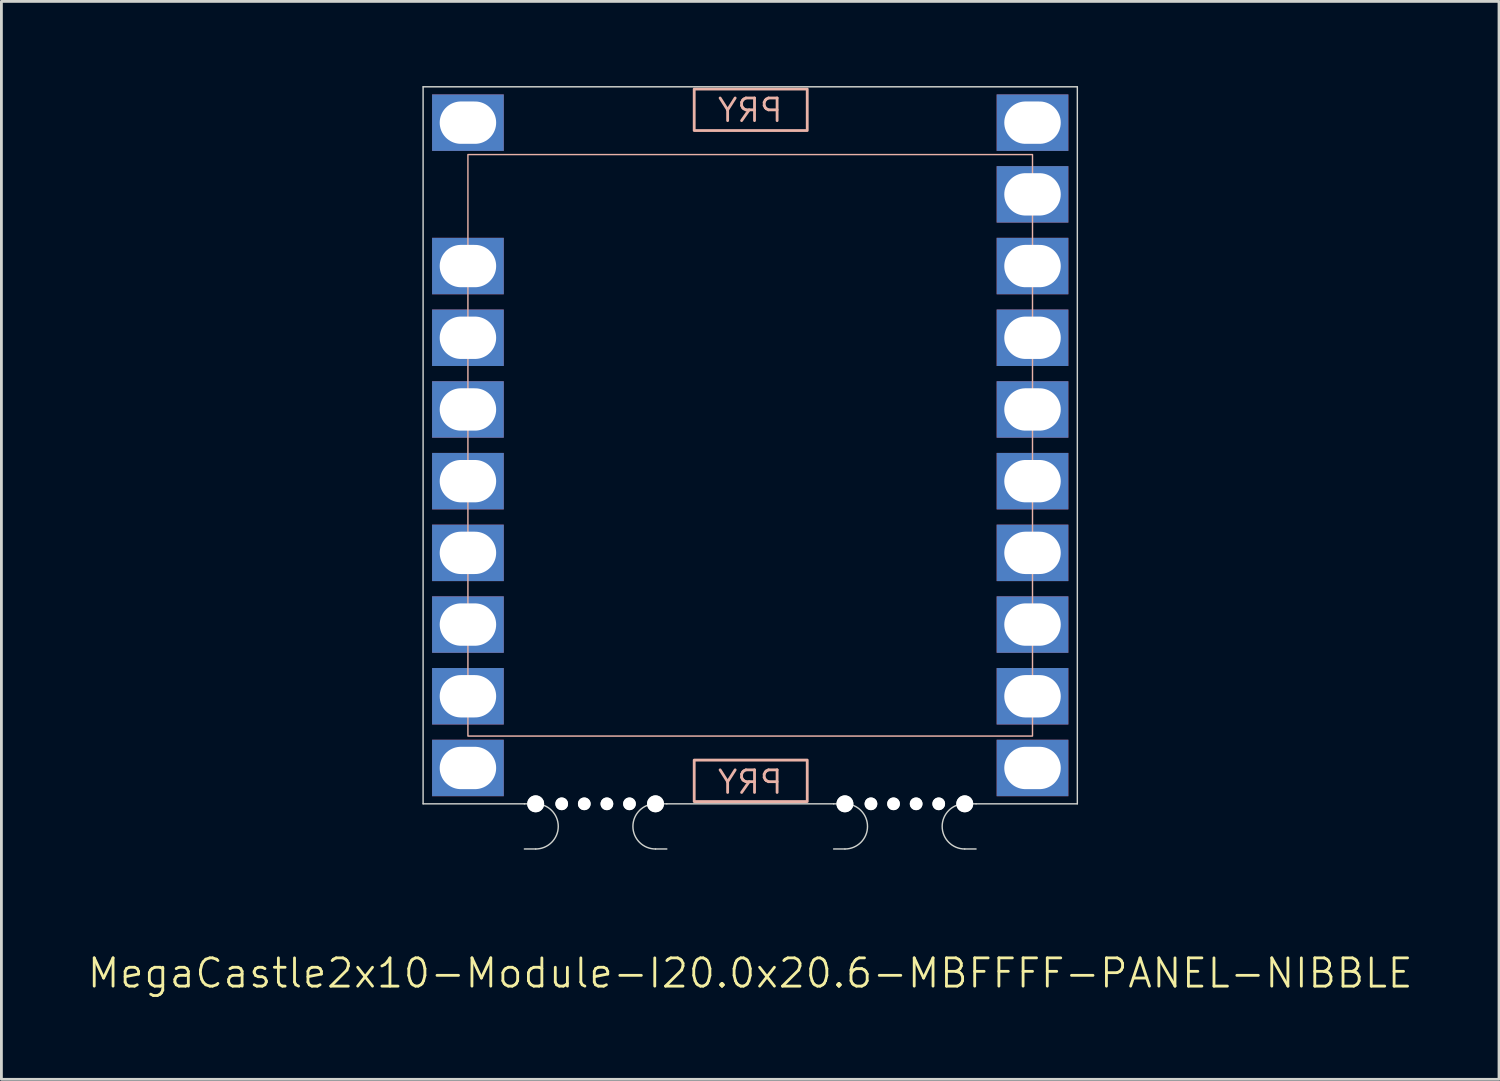
<source format=kicad_pcb>
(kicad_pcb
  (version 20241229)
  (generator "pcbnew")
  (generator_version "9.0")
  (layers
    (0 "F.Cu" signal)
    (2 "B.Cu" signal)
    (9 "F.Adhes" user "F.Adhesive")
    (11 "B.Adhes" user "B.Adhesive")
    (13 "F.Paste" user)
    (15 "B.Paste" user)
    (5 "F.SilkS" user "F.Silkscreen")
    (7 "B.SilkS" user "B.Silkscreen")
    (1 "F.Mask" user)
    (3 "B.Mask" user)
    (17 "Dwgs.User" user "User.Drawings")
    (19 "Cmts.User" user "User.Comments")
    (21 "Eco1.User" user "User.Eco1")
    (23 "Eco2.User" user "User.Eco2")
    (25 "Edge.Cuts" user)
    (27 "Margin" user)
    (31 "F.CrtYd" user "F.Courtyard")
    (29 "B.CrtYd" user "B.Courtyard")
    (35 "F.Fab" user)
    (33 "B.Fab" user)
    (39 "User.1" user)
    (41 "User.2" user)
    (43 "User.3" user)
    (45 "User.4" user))
  (footprint "MegaCastle2x10-Module-I20.0x20.6-MBFFFF-PANEL-NIBBLE"
    (layer "F.Cu")
    (at 23.526 12.725)
    (property "Reference" "MegaCastle2x10-Module-I20.0x20.6-MBFFFF-PANEL-NIBBLE" (at 0 18.7 0) (unlocked yes) (layer "F.SilkS") (effects (font (size 1 1) (thickness 0.1))))
    (attr smd)
    (fp_rect (start -10 10.3) (end 10 -10.3) (stroke (width 0.05) (type default)) (fill no) (layer "B.SilkS"))
    (fp_rect (start -1.984 -11.151) (end 2.02 -12.62) (stroke (width 0.1) (type default)) (fill no) (layer "B.SilkS"))
    (fp_rect (start -1.984 11.151) (end 2.02 12.62) (stroke (width 0.1) (type default)) (fill no) (layer "B.SilkS"))
    (fp_line (start -11.588 -12.7) (end -11.588 12.7) (stroke (width 0.05) (type default)) (layer "Edge.Cuts"))
    (fp_line (start -11.588 -12.7) (end 11.588 -12.7) (stroke (width 0.05) (type default)) (layer "Edge.Cuts"))
    (fp_line (start -11.588 12.7) (end -8 12.7) (stroke (width 0.05) (type default)) (layer "Edge.Cuts"))
    (fp_line (start -8 12.7) (end -7.6 12.7) (stroke (width 0.05) (type default)) (layer "Edge.Cuts"))
    (fp_line (start -8 14.3) (end -7.6 14.3) (stroke (width 0.05) (type default)) (layer "Edge.Cuts"))
    (fp_line (start -2.955 12.7) (end -3.355 12.7) (stroke (width 0.05) (type default)) (layer "Edge.Cuts"))
    (fp_line (start -2.955 12.7) (end 2.955 12.7) (stroke (width 0.05) (type default)) (layer "Edge.Cuts"))
    (fp_line (start -2.955 14.3) (end -3.355 14.3) (stroke (width 0.05) (type default)) (layer "Edge.Cuts"))
    (fp_line (start 2.955 12.7) (end 3.355 12.7) (stroke (width 0.05) (type default)) (layer "Edge.Cuts"))
    (fp_line (start 2.955 14.3) (end 3.355 14.3) (stroke (width 0.05) (type default)) (layer "Edge.Cuts"))
    (fp_line (start 8 12.7) (end 7.6 12.7) (stroke (width 0.05) (type default)) (layer "Edge.Cuts"))
    (fp_line (start 8 12.7) (end 11.588 12.7) (stroke (width 0.05) (type default)) (layer "Edge.Cuts"))
    (fp_line (start 8 14.3) (end 7.6 14.3) (stroke (width 0.05) (type default)) (layer "Edge.Cuts"))
    (fp_line (start 11.588 -12.7) (end 11.588 12.7) (stroke (width 0.05) (type default)) (layer "Edge.Cuts"))
    (fp_arc (start -7.6 12.7) (mid -6.8 13.5) (end -7.6 14.3) (stroke (width 0.05) (type default)) (layer "Edge.Cuts"))
    (fp_arc (start -3.355 14.3) (mid -4.155 13.5) (end -3.355 12.7) (stroke (width 0.05) (type default)) (layer "Edge.Cuts"))
    (fp_arc (start 3.355 12.7) (mid 4.155 13.5) (end 3.355 14.3) (stroke (width 0.05) (type default)) (layer "Edge.Cuts"))
    (fp_arc (start 7.6 14.3) (mid 6.8 13.5) (end 7.6 12.7) (stroke (width 0.05) (type default)) (layer "Edge.Cuts"))
    (fp_text user "PRY" (at 0 -11.4 0) (unlocked yes) (layer "B.SilkS") (effects (font (size 0.8 0.8) (thickness 0.1)) (justify bottom mirror)))
    (fp_text user "PRY" (at 0 12.4 0) (unlocked yes) (layer "B.SilkS") (effects (font (size 0.8 0.8) (thickness 0.1)) (justify bottom mirror)))
    (pad "" np_thru_hole circle (at -7.6 12.7) (size 0.6 0.6) (drill 0.6) (layers "*.Cu" "Edge.Cuts"))
    (pad "" np_thru_hole circle (at -6.678 12.7) (size 0.45 0.45) (drill 0.45) (layers "*.Cu" "Edge.Cuts"))
    (pad "" np_thru_hole circle (at -5.878 12.7) (size 0.45 0.45) (drill 0.45) (layers "*.Cu" "Edge.Cuts"))
    (pad "" np_thru_hole circle (at -5.077 12.7) (size 0.45 0.45) (drill 0.45) (layers "*.Cu" "Edge.Cuts"))
    (pad "" np_thru_hole circle (at -4.277 12.7) (size 0.45 0.45) (drill 0.45) (layers "*.Cu" "Edge.Cuts"))
    (pad "" np_thru_hole circle (at -3.355 12.7) (size 0.6 0.6) (drill 0.6) (layers "*.Cu" "Edge.Cuts"))
    (pad "" np_thru_hole circle (at 3.355 12.7) (size 0.6 0.6) (drill 0.6) (layers "*.Cu" "Edge.Cuts"))
    (pad "" np_thru_hole circle (at 4.277 12.7) (size 0.45 0.45) (drill 0.45) (layers "*.Cu" "Edge.Cuts"))
    (pad "" np_thru_hole circle (at 5.077 12.7) (size 0.45 0.45) (drill 0.45) (layers "*.Cu" "Edge.Cuts"))
    (pad "" np_thru_hole circle (at 5.878 12.7) (size 0.45 0.45) (drill 0.45) (layers "*.Cu" "Edge.Cuts"))
    (pad "" np_thru_hole circle (at 6.678 12.7) (size 0.45 0.45) (drill 0.45) (layers "*.Cu" "Edge.Cuts"))
    (pad "" np_thru_hole circle (at 7.6 12.7) (size 0.6 0.6) (drill 0.6) (layers "*.Cu" "Edge.Cuts"))
    (pad "1" thru_hole rect (at -10 -11.43) (size 2.54 2) (drill oval 2 1.5) (property pad_prop_castellated) (layers "*.Cu" "*.Mask"))
    (pad "3" thru_hole rect (at -10 -6.35) (size 2.54 2) (drill oval 2 1.5) (property pad_prop_castellated) (layers "*.Cu" "*.Mask"))
    (pad "4" thru_hole rect (at -10 -3.81) (size 2.54 2) (drill oval 2 1.5) (property pad_prop_castellated) (layers "*.Cu" "*.Mask"))
    (pad "5" thru_hole rect (at -10 -1.27) (size 2.54 2) (drill oval 2 1.5) (property pad_prop_castellated) (layers "*.Cu" "*.Mask"))
    (pad "6" thru_hole rect (at -10 1.27) (size 2.54 2) (drill oval 2 1.5) (property pad_prop_castellated) (layers "*.Cu" "*.Mask"))
    (pad "7" thru_hole rect (at -10 3.81) (size 2.54 2) (drill oval 2 1.5) (property pad_prop_castellated) (layers "*.Cu" "*.Mask"))
    (pad "8" thru_hole rect (at -10 6.35) (size 2.54 2) (drill oval 2 1.5) (property pad_prop_castellated) (layers "*.Cu" "*.Mask"))
    (pad "9" thru_hole rect (at -10 8.89) (size 2.54 2) (drill oval 2 1.5) (property pad_prop_castellated) (layers "*.Cu" "*.Mask"))
    (pad "10" thru_hole rect (at -10 11.43) (size 2.54 2) (drill oval 2 1.5) (property pad_prop_castellated) (layers "*.Cu" "*.Mask"))
    (pad "11" thru_hole rect (at 10 -11.43) (size 2.54 2) (drill oval 2 1.5) (property pad_prop_castellated) (layers "*.Cu" "*.Mask"))
    (pad "12" thru_hole rect (at 10 -8.89) (size 2.54 2) (drill oval 2 1.5) (property pad_prop_castellated) (layers "*.Cu" "*.Mask"))
    (pad "13" thru_hole rect (at 10 -6.35) (size 2.54 2) (drill oval 2 1.5) (property pad_prop_castellated) (layers "*.Cu" "*.Mask"))
    (pad "14" thru_hole rect (at 10 -3.81) (size 2.54 2) (drill oval 2 1.5) (property pad_prop_castellated) (layers "*.Cu" "*.Mask"))
    (pad "15" thru_hole rect (at 10 -1.27) (size 2.54 2) (drill oval 2 1.5) (property pad_prop_castellated) (layers "*.Cu" "*.Mask"))
    (pad "16" thru_hole rect (at 10 1.27) (size 2.54 2) (drill oval 2 1.5) (property pad_prop_castellated) (layers "*.Cu" "*.Mask"))
    (pad "17" thru_hole rect (at 10 3.81) (size 2.54 2) (drill oval 2 1.5) (property pad_prop_castellated) (layers "*.Cu" "*.Mask"))
    (pad "18" thru_hole rect (at 10 6.35) (size 2.54 2) (drill oval 2 1.5) (property pad_prop_castellated) (layers "*.Cu" "*.Mask"))
    (pad "19" thru_hole rect (at 10 8.89) (size 2.54 2) (drill oval 2 1.5) (property pad_prop_castellated) (layers "*.Cu" "*.Mask"))
    (pad "20" thru_hole rect (at 10 11.43) (size 2.54 2) (drill oval 2 1.5) (property pad_prop_castellated) (layers "*.Cu" "*.Mask"))
    (zone (net_name "") (layer "B.Cu") (hatch edge 0.5) (connect_pads) (min_thickness 0.25) (filled_areas_thickness no) (keepout (tracks allowed) (vias allowed) (pads allowed) (copperpour allowed) (footprints not_allowed)) (placement (enabled no)) (fill) (polygon (pts (xy 13.526 25.425) (xy 13.526 0.025))))
    (zone (net_name "") (layer "B.Cu") (hatch edge 0.5) (connect_pads) (min_thickness 0.25) (filled_areas_thickness no) (keepout (tracks allowed) (vias allowed) (pads allowed) (copperpour allowed) (footprints not_allowed)) (placement (enabled no)) (fill) (polygon (pts (xy 33.526 25.425) (xy 33.526 0.025))))
    (zone (net_name "") (layer "B.Cu") (hatch edge 0.5) (connect_pads) (min_thickness 0.25) (filled_areas_thickness no) (keepout (tracks allowed) (vias allowed) (pads allowed) (copperpour allowed) (footprints not_allowed)) (placement (enabled no)) (fill) (polygon (pts (xy 13.526 0.025) (xy 13.526 2.425) (xy 33.526 2.425) (xy 33.526 0.025))))
    (zone (net_name "") (layer "B.Cu") (hatch edge 0.5) (connect_pads) (min_thickness 0.25) (filled_areas_thickness no) (keepout (tracks allowed) (vias allowed) (pads allowed) (copperpour allowed) (footprints not_allowed)) (placement (enabled no)) (fill) (polygon (pts (xy 13.526 25.425) (xy 13.526 23.025) (xy 33.526 23.025) (xy 33.526 25.425))))
    (zone (net_name "") (layer "B.Cu") (name "Upper Pry Zone") (hatch edge 0.5) (connect_pads) (min_thickness 0.25) (filled_areas_thickness no) (keepout (tracks not_allowed) (vias not_allowed) (pads not_allowed) (copperpour allowed) (footprints not_allowed)) (placement (enabled no)) (fill) (polygon (pts (xy 21.542 1.574) (xy 21.542 0.105) (xy 25.546 0.105) (xy 25.546 1.574))))
    (zone (net_name "") (layer "B.Cu") (name "Upper Pry Zone") (hatch edge 0.5) (connect_pads) (min_thickness 0.25) (filled_areas_thickness no) (keepout (tracks not_allowed) (vias not_allowed) (pads not_allowed) (copperpour allowed) (footprints not_allowed)) (placement (enabled no)) (fill) (polygon (pts (xy 21.542 23.876) (xy 21.542 25.345) (xy 25.546 25.345) (xy 25.546 23.876)))))
  (gr_rect
    (start -3 -3)
    (end 50.052 35.185)
    (stroke (width 0.1) (type default))
    (fill no)
    (layer "Edge.Cuts")))
</source>
